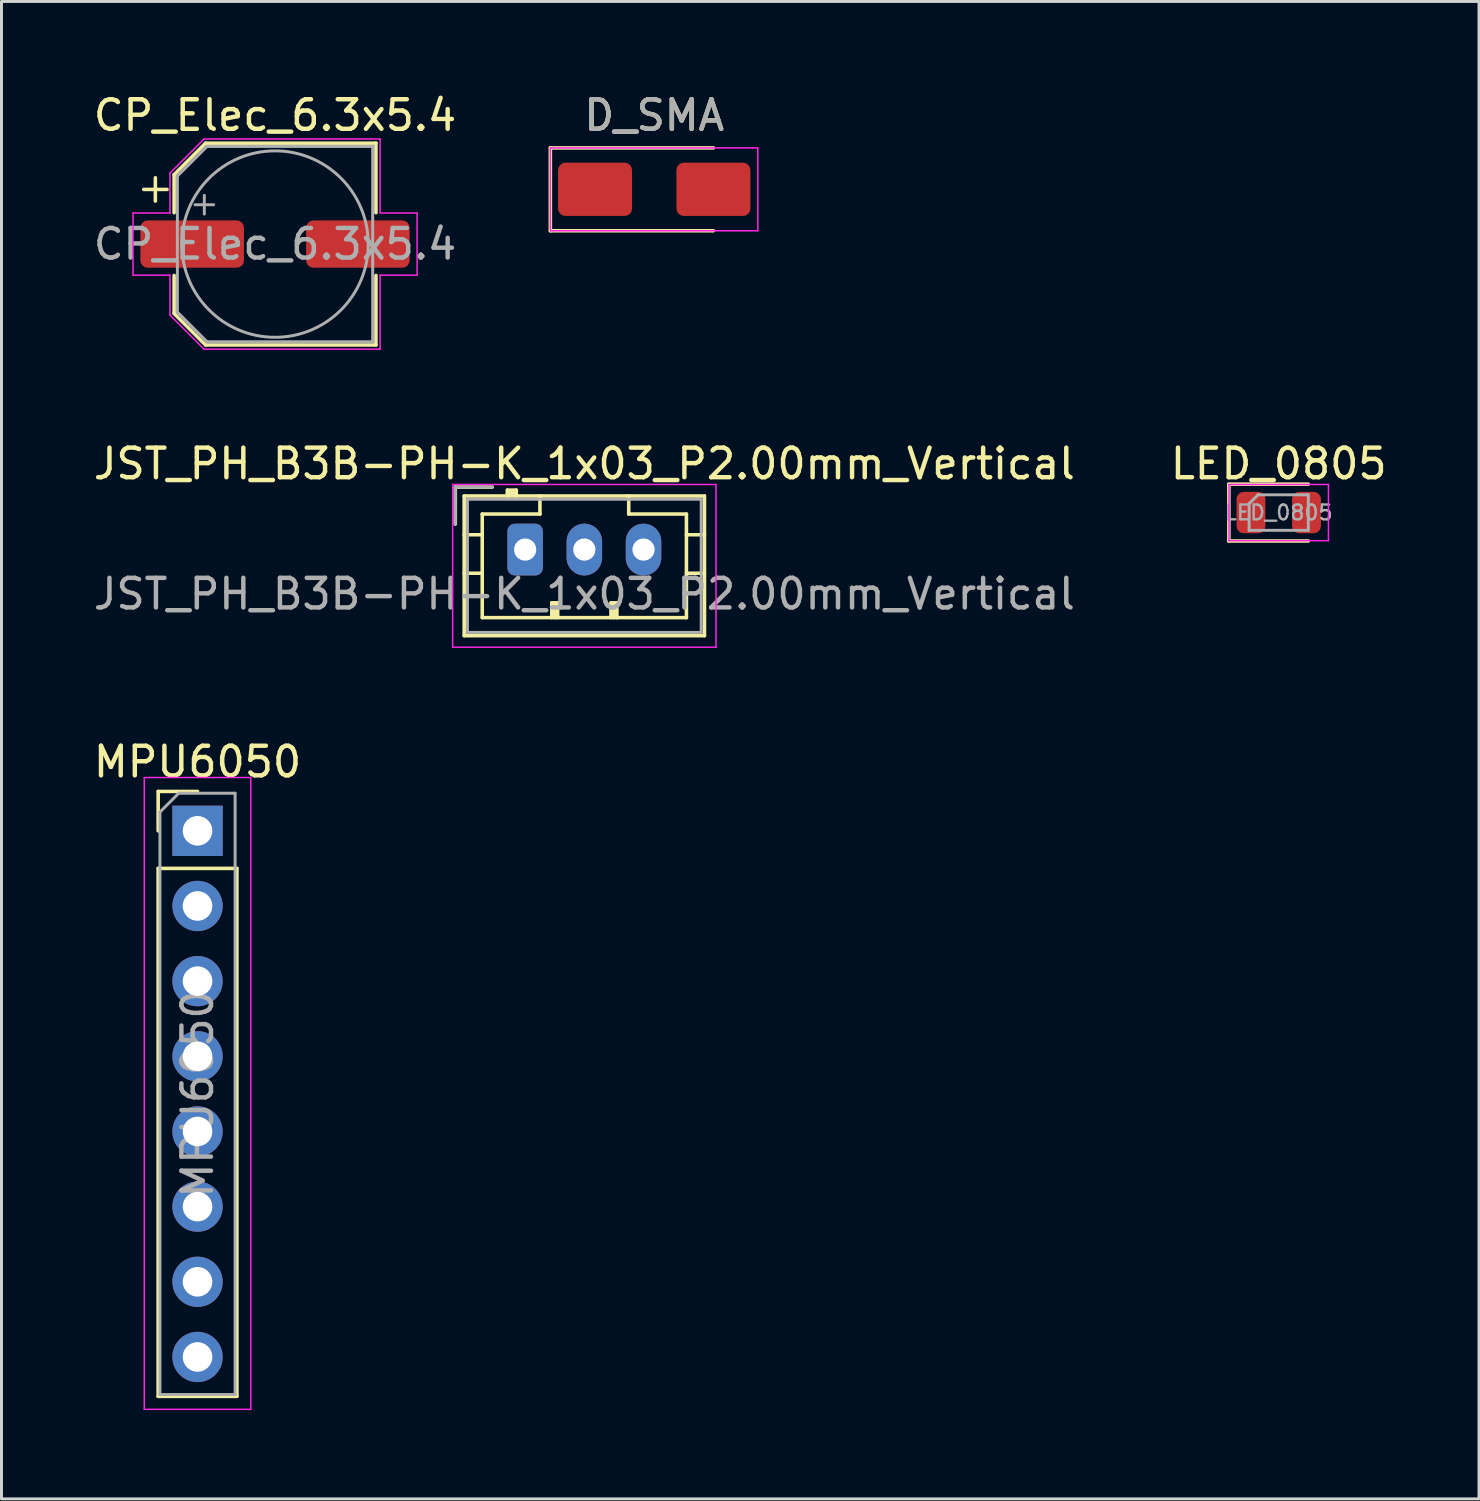
<source format=kicad_pcb>
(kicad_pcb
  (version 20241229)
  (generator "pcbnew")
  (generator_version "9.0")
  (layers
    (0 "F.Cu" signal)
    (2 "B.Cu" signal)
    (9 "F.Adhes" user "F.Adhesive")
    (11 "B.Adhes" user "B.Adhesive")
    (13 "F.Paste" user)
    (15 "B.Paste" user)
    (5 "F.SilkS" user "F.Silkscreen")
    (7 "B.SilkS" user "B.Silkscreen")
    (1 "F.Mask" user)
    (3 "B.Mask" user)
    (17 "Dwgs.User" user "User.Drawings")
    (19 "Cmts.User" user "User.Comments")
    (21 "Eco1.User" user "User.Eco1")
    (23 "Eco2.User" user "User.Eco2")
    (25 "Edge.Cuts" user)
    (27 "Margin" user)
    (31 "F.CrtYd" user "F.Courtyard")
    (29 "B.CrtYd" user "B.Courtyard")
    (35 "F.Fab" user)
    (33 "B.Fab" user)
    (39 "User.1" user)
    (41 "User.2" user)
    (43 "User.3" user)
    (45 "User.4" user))
  (footprint "CP_Elec_6.3x5.4"
    (layer "F.Cu")
    (at 6.244 5.198)
    (property "Reference" "CP_Elec_6.3x5.4" (at 0 -4.35 0) (layer "F.SilkS") (effects (font (size 1 1) (thickness 0.15))))
    (attr smd)
    (fp_line (start -4.438 -1.847) (end -3.65 -1.847) (stroke (width 0.12) (type solid)) (layer "F.SilkS"))
    (fp_line (start -4.044 -2.241) (end -4.044 -1.454) (stroke (width 0.12) (type solid)) (layer "F.SilkS"))
    (fp_line (start -3.41 -2.346) (end -3.41 -1.06) (stroke (width 0.12) (type solid)) (layer "F.SilkS"))
    (fp_line (start -3.41 -2.346) (end -2.346 -3.41) (stroke (width 0.12) (type solid)) (layer "F.SilkS"))
    (fp_line (start -3.41 2.346) (end -3.41 1.06) (stroke (width 0.12) (type solid)) (layer "F.SilkS"))
    (fp_line (start -3.41 2.346) (end -2.346 3.41) (stroke (width 0.12) (type solid)) (layer "F.SilkS"))
    (fp_line (start -2.346 -3.41) (end 3.41 -3.41) (stroke (width 0.12) (type solid)) (layer "F.SilkS"))
    (fp_line (start -2.346 3.41) (end 3.41 3.41) (stroke (width 0.12) (type solid)) (layer "F.SilkS"))
    (fp_line (start 3.41 -3.41) (end 3.41 -1.06) (stroke (width 0.12) (type solid)) (layer "F.SilkS"))
    (fp_line (start 3.41 3.41) (end 3.41 1.06) (stroke (width 0.12) (type solid)) (layer "F.SilkS"))
    (fp_line (start -4.8 -1.05) (end -4.8 1.05) (stroke (width 0.05) (type solid)) (layer "F.CrtYd"))
    (fp_line (start -4.8 1.05) (end -3.55 1.05) (stroke (width 0.05) (type solid)) (layer "F.CrtYd"))
    (fp_line (start -3.55 -2.4) (end -3.55 -1.05) (stroke (width 0.05) (type solid)) (layer "F.CrtYd"))
    (fp_line (start -3.55 -2.4) (end -2.4 -3.55) (stroke (width 0.05) (type solid)) (layer "F.CrtYd"))
    (fp_line (start -3.55 -1.05) (end -4.8 -1.05) (stroke (width 0.05) (type solid)) (layer "F.CrtYd"))
    (fp_line (start -3.55 1.05) (end -3.55 2.4) (stroke (width 0.05) (type solid)) (layer "F.CrtYd"))
    (fp_line (start -3.55 2.4) (end -2.4 3.55) (stroke (width 0.05) (type solid)) (layer "F.CrtYd"))
    (fp_line (start -2.4 -3.55) (end 3.55 -3.55) (stroke (width 0.05) (type solid)) (layer "F.CrtYd"))
    (fp_line (start -2.4 3.55) (end 3.55 3.55) (stroke (width 0.05) (type solid)) (layer "F.CrtYd"))
    (fp_line (start 3.55 -3.55) (end 3.55 -1.05) (stroke (width 0.05) (type solid)) (layer "F.CrtYd"))
    (fp_line (start 3.55 -1.05) (end 4.8 -1.05) (stroke (width 0.05) (type solid)) (layer "F.CrtYd"))
    (fp_line (start 3.55 1.05) (end 3.55 3.55) (stroke (width 0.05) (type solid)) (layer "F.CrtYd"))
    (fp_line (start 4.8 -1.05) (end 4.8 1.05) (stroke (width 0.05) (type solid)) (layer "F.CrtYd"))
    (fp_line (start 4.8 1.05) (end 3.55 1.05) (stroke (width 0.05) (type solid)) (layer "F.CrtYd"))
    (fp_line (start -3.3 -2.3) (end -3.3 2.3) (stroke (width 0.1) (type solid)) (layer "F.Fab"))
    (fp_line (start -3.3 -2.3) (end -2.3 -3.3) (stroke (width 0.1) (type solid)) (layer "F.Fab"))
    (fp_line (start -3.3 2.3) (end -2.3 3.3) (stroke (width 0.1) (type solid)) (layer "F.Fab"))
    (fp_line (start -2.705 -1.33) (end -2.075 -1.33) (stroke (width 0.1) (type solid)) (layer "F.Fab"))
    (fp_line (start -2.39 -1.645) (end -2.39 -1.015) (stroke (width 0.1) (type solid)) (layer "F.Fab"))
    (fp_line (start -2.3 -3.3) (end 3.3 -3.3) (stroke (width 0.1) (type solid)) (layer "F.Fab"))
    (fp_line (start -2.3 3.3) (end 3.3 3.3) (stroke (width 0.1) (type solid)) (layer "F.Fab"))
    (fp_line (start 3.3 -3.3) (end 3.3 3.3) (stroke (width 0.1) (type solid)) (layer "F.Fab"))
    (fp_circle (center 0 0) (end 3.15 0) (stroke (width 0.1) (type solid)) (fill no) (layer "F.Fab"))
    (fp_text user "${REFERENCE}" (at 0 0 0) (layer "F.Fab") (effects (font (size 1 1) (thickness 0.15))))
    (pad "1" smd roundrect (at -2.8 0) (size 3.5 1.6) (layers "F.Cu" "F.Mask" "F.Paste") (roundrect_rratio 0.156))
    (pad "2" smd roundrect (at 2.8 0) (size 3.5 1.6) (layers "F.Cu" "F.Mask" "F.Paste") (roundrect_rratio 0.156)))
  (footprint "D_SMA"
    (layer "F.Cu")
    (at 19.058 3.348)
    (property "Reference" "D_SMA" (at 0 -2.5 0) (layer "F.SilkS") (effects (font (size 1 1) (thickness 0.15))))
    (attr smd)
    (fp_line (start -3.51 -1.4) (end -3.51 1.4) (stroke (width 0.12) (type solid)) (layer "F.SilkS"))
    (fp_line (start -3.51 -1.4) (end 2 -1.4) (stroke (width 0.12) (type solid)) (layer "F.SilkS"))
    (fp_line (start -3.51 1.4) (end 2 1.4) (stroke (width 0.12) (type solid)) (layer "F.SilkS"))
    (fp_line (start -3.51 -1.4) (end 3.49 -1.4) (stroke (width 0.05) (type solid)) (layer "F.CrtYd"))
    (fp_line (start -3.51 1.4) (end -3.51 -1.4) (stroke (width 0.05) (type solid)) (layer "F.CrtYd"))
    (fp_line (start 3.5 -1.4) (end 3.5 1.4) (stroke (width 0.05) (type solid)) (layer "F.CrtYd"))
    (fp_line (start 3.5 1.4) (end -3.5 1.4) (stroke (width 0.05) (type solid)) (layer "F.CrtYd"))
    (fp_text user "${REFERENCE}" (at 0 -2.5 0) (layer "F.Fab") (effects (font (size 1 1) (thickness 0.15))))
    (pad "1" smd roundrect (at 2 0) (size 2.5 1.8) (layers "F.Cu" "F.Mask" "F.Paste") (roundrect_rratio 0.139))
    (pad "2" smd roundrect (at -2 0) (size 2.5 1.8) (layers "F.Cu" "F.Mask" "F.Paste") (roundrect_rratio 0.139)))
  (footprint "LED_0805"
    (layer "F.Cu")
    (at 40.161 14.271)
    (property "Reference" "LED_0805" (at 0 -1.65 0) (layer "F.SilkS") (effects (font (size 1 1) (thickness 0.15))))
    (attr smd)
    (fp_line (start -1.685 -0.96) (end -1.685 0.96) (stroke (width 0.12) (type solid)) (layer "F.SilkS"))
    (fp_line (start -1.685 0.96) (end 1 0.96) (stroke (width 0.12) (type solid)) (layer "F.SilkS"))
    (fp_line (start 1 -0.96) (end -1.685 -0.96) (stroke (width 0.12) (type solid)) (layer "F.SilkS"))
    (fp_line (start -1.68 -0.95) (end 1.68 -0.95) (stroke (width 0.05) (type solid)) (layer "F.CrtYd"))
    (fp_line (start -1.68 0.95) (end -1.68 -0.95) (stroke (width 0.05) (type solid)) (layer "F.CrtYd"))
    (fp_line (start 1.68 -0.95) (end 1.68 0.95) (stroke (width 0.05) (type solid)) (layer "F.CrtYd"))
    (fp_line (start 1.68 0.95) (end -1.68 0.95) (stroke (width 0.05) (type solid)) (layer "F.CrtYd"))
    (fp_line (start -1 -0.3) (end -1 0.6) (stroke (width 0.1) (type solid)) (layer "F.Fab"))
    (fp_line (start -1 0.6) (end 1 0.6) (stroke (width 0.1) (type solid)) (layer "F.Fab"))
    (fp_line (start -0.7 -0.6) (end -1 -0.3) (stroke (width 0.1) (type solid)) (layer "F.Fab"))
    (fp_line (start 1 -0.6) (end -0.7 -0.6) (stroke (width 0.1) (type solid)) (layer "F.Fab"))
    (fp_line (start 1 0.6) (end 1 -0.6) (stroke (width 0.1) (type solid)) (layer "F.Fab"))
    (fp_text user "${REFERENCE}" (at 0 0 0) (layer "F.Fab") (effects (font (size 0.5 0.5) (thickness 0.08))))
    (pad "1" smd roundrect (at -0.938 0) (size 0.975 1.4) (layers "F.Cu" "F.Mask" "F.Paste") (roundrect_rratio 0.25))
    (pad "2" smd roundrect (at 0.938 0) (size 0.975 1.4) (layers "F.Cu" "F.Mask" "F.Paste") (roundrect_rratio 0.25)))
  (footprint "JST_PH_B3B-PH-K_1x03_P2.00mm_Vertical"
    (layer "F.Cu")
    (at 14.696 15.521)
    (property "Reference" "JST_PH_B3B-PH-K_1x03_P2.00mm_Vertical" (at 2 -2.9 0) (layer "F.SilkS") (effects (font (size 1 1) (thickness 0.15))))
    (attr through_hole)
    (fp_line (start -2.36 -2.11) (end -2.36 -0.86) (stroke (width 0.12) (type solid)) (layer "F.SilkS"))
    (fp_line (start -2.06 -1.81) (end -2.06 2.91) (stroke (width 0.12) (type solid)) (layer "F.SilkS"))
    (fp_line (start -2.06 -0.5) (end -1.45 -0.5) (stroke (width 0.12) (type solid)) (layer "F.SilkS"))
    (fp_line (start -2.06 0.8) (end -1.45 0.8) (stroke (width 0.12) (type solid)) (layer "F.SilkS"))
    (fp_line (start -2.06 2.91) (end 6.06 2.91) (stroke (width 0.12) (type solid)) (layer "F.SilkS"))
    (fp_line (start -1.45 -1.2) (end -1.45 2.3) (stroke (width 0.12) (type solid)) (layer "F.SilkS"))
    (fp_line (start -1.45 2.3) (end 5.45 2.3) (stroke (width 0.12) (type solid)) (layer "F.SilkS"))
    (fp_line (start -1.11 -2.11) (end -2.36 -2.11) (stroke (width 0.12) (type solid)) (layer "F.SilkS"))
    (fp_line (start -0.6 -2.01) (end -0.6 -1.81) (stroke (width 0.12) (type solid)) (layer "F.SilkS"))
    (fp_line (start -0.3 -2.01) (end -0.6 -2.01) (stroke (width 0.12) (type solid)) (layer "F.SilkS"))
    (fp_line (start -0.3 -1.91) (end -0.6 -1.91) (stroke (width 0.12) (type solid)) (layer "F.SilkS"))
    (fp_line (start -0.3 -1.81) (end -0.3 -2.01) (stroke (width 0.12) (type solid)) (layer "F.SilkS"))
    (fp_line (start 0.5 -1.81) (end 0.5 -1.2) (stroke (width 0.12) (type solid)) (layer "F.SilkS"))
    (fp_line (start 0.5 -1.2) (end -1.45 -1.2) (stroke (width 0.12) (type solid)) (layer "F.SilkS"))
    (fp_line (start 0.9 1.8) (end 1.1 1.8) (stroke (width 0.12) (type solid)) (layer "F.SilkS"))
    (fp_line (start 0.9 2.3) (end 0.9 1.8) (stroke (width 0.12) (type solid)) (layer "F.SilkS"))
    (fp_line (start 1 2.3) (end 1 1.8) (stroke (width 0.12) (type solid)) (layer "F.SilkS"))
    (fp_line (start 1.1 1.8) (end 1.1 2.3) (stroke (width 0.12) (type solid)) (layer "F.SilkS"))
    (fp_line (start 2.9 1.8) (end 3.1 1.8) (stroke (width 0.12) (type solid)) (layer "F.SilkS"))
    (fp_line (start 2.9 2.3) (end 2.9 1.8) (stroke (width 0.12) (type solid)) (layer "F.SilkS"))
    (fp_line (start 3 2.3) (end 3 1.8) (stroke (width 0.12) (type solid)) (layer "F.SilkS"))
    (fp_line (start 3.1 1.8) (end 3.1 2.3) (stroke (width 0.12) (type solid)) (layer "F.SilkS"))
    (fp_line (start 3.5 -1.2) (end 3.5 -1.81) (stroke (width 0.12) (type solid)) (layer "F.SilkS"))
    (fp_line (start 5.45 -1.2) (end 3.5 -1.2) (stroke (width 0.12) (type solid)) (layer "F.SilkS"))
    (fp_line (start 5.45 2.3) (end 5.45 -1.2) (stroke (width 0.12) (type solid)) (layer "F.SilkS"))
    (fp_line (start 6.06 -1.81) (end -2.06 -1.81) (stroke (width 0.12) (type solid)) (layer "F.SilkS"))
    (fp_line (start 6.06 -0.5) (end 5.45 -0.5) (stroke (width 0.12) (type solid)) (layer "F.SilkS"))
    (fp_line (start 6.06 0.8) (end 5.45 0.8) (stroke (width 0.12) (type solid)) (layer "F.SilkS"))
    (fp_line (start 6.06 2.91) (end 6.06 -1.81) (stroke (width 0.12) (type solid)) (layer "F.SilkS"))
    (fp_line (start -2.45 -2.2) (end -2.45 3.3) (stroke (width 0.05) (type solid)) (layer "F.CrtYd"))
    (fp_line (start -2.45 3.3) (end 6.45 3.3) (stroke (width 0.05) (type solid)) (layer "F.CrtYd"))
    (fp_line (start 6.45 -2.2) (end -2.45 -2.2) (stroke (width 0.05) (type solid)) (layer "F.CrtYd"))
    (fp_line (start 6.45 3.3) (end 6.45 -2.2) (stroke (width 0.05) (type solid)) (layer "F.CrtYd"))
    (fp_line (start -2.36 -2.11) (end -2.36 -0.86) (stroke (width 0.1) (type solid)) (layer "F.Fab"))
    (fp_line (start -1.95 -1.7) (end -1.95 2.8) (stroke (width 0.1) (type solid)) (layer "F.Fab"))
    (fp_line (start -1.95 2.8) (end 5.95 2.8) (stroke (width 0.1) (type solid)) (layer "F.Fab"))
    (fp_line (start -1.11 -2.11) (end -2.36 -2.11) (stroke (width 0.1) (type solid)) (layer "F.Fab"))
    (fp_line (start 5.95 -1.7) (end -1.95 -1.7) (stroke (width 0.1) (type solid)) (layer "F.Fab"))
    (fp_line (start 5.95 2.8) (end 5.95 -1.7) (stroke (width 0.1) (type solid)) (layer "F.Fab"))
    (fp_text user "${REFERENCE}" (at 2 1.5 0) (layer "F.Fab") (effects (font (size 1 1) (thickness 0.15))))
    (pad "1" thru_hole roundrect (at 0 0) (size 1.2 1.75) (drill 0.75) (layers "*.Cu" "*.Mask") (roundrect_rratio 0.208))
    (pad "2" thru_hole oval (at 2 0) (size 1.2 1.75) (drill 0.75) (layers "*.Cu" "*.Mask"))
    (pad "3" thru_hole oval (at 4 0) (size 1.2 1.75) (drill 0.75) (layers "*.Cu" "*.Mask")))
  (footprint "MPU6050"
    (layer "F.Cu")
    (at 3.625 25.025)
    (property "Reference" "MPU6050" (at 0 -2.33 0) (layer "F.SilkS") (effects (font (size 1 1) (thickness 0.15))))
    (attr through_hole)
    (fp_line (start -1.33 -1.33) (end 0 -1.33) (stroke (width 0.12) (type solid)) (layer "F.SilkS"))
    (fp_line (start -1.33 0) (end -1.33 -1.33) (stroke (width 0.12) (type solid)) (layer "F.SilkS"))
    (fp_line (start -1.33 1.27) (end -1.33 19.11) (stroke (width 0.12) (type solid)) (layer "F.SilkS"))
    (fp_line (start -1.33 1.27) (end 1.33 1.27) (stroke (width 0.12) (type solid)) (layer "F.SilkS"))
    (fp_line (start -1.33 19.11) (end 1.33 19.11) (stroke (width 0.12) (type solid)) (layer "F.SilkS"))
    (fp_line (start 1.33 1.27) (end 1.33 19.11) (stroke (width 0.12) (type solid)) (layer "F.SilkS"))
    (fp_line (start -1.8 -1.8) (end -1.8 19.55) (stroke (width 0.05) (type solid)) (layer "F.CrtYd"))
    (fp_line (start -1.8 19.55) (end 1.8 19.55) (stroke (width 0.05) (type solid)) (layer "F.CrtYd"))
    (fp_line (start 1.8 -1.8) (end -1.8 -1.8) (stroke (width 0.05) (type solid)) (layer "F.CrtYd"))
    (fp_line (start 1.8 19.55) (end 1.8 -1.8) (stroke (width 0.05) (type solid)) (layer "F.CrtYd"))
    (fp_line (start -1.27 -0.635) (end -0.635 -1.27) (stroke (width 0.1) (type solid)) (layer "F.Fab"))
    (fp_line (start -1.27 19.05) (end -1.27 -0.635) (stroke (width 0.1) (type solid)) (layer "F.Fab"))
    (fp_line (start -0.635 -1.27) (end 1.27 -1.27) (stroke (width 0.1) (type solid)) (layer "F.Fab"))
    (fp_line (start 1.27 -1.27) (end 1.27 19.05) (stroke (width 0.1) (type solid)) (layer "F.Fab"))
    (fp_line (start 1.27 19.05) (end -1.27 19.05) (stroke (width 0.1) (type solid)) (layer "F.Fab"))
    (fp_text user "${REFERENCE}" (at 0 8.89 90) (layer "F.Fab") (effects (font (size 1 1) (thickness 0.15))))
    (pad "1" thru_hole rect (at 0 0) (size 1.7 1.7) (drill 1) (layers "*.Cu" "*.Mask"))
    (pad "2" thru_hole oval (at 0 2.54) (size 1.7 1.7) (drill 1) (layers "*.Cu" "*.Mask"))
    (pad "3" thru_hole oval (at 0 5.08) (size 1.7 1.7) (drill 1) (layers "*.Cu" "*.Mask"))
    (pad "4" thru_hole oval (at 0 7.62) (size 1.7 1.7) (drill 1) (layers "*.Cu" "*.Mask"))
    (pad "5" thru_hole oval (at 0 10.16) (size 1.7 1.7) (drill 1) (layers "*.Cu" "*.Mask"))
    (pad "6" thru_hole oval (at 0 12.7) (size 1.7 1.7) (drill 1) (layers "*.Cu" "*.Mask"))
    (pad "7" thru_hole oval (at 0 15.24) (size 1.7 1.7) (drill 1) (layers "*.Cu" "*.Mask"))
    (pad "8" thru_hole oval (at 0 17.78) (size 1.7 1.7) (drill 1) (layers "*.Cu" "*.Mask")))
  (gr_rect
    (start -3 -3)
    (end 46.929 47.6)
    (stroke (width 0.1) (type default))
    (fill no)
    (layer "Edge.Cuts")))
</source>
